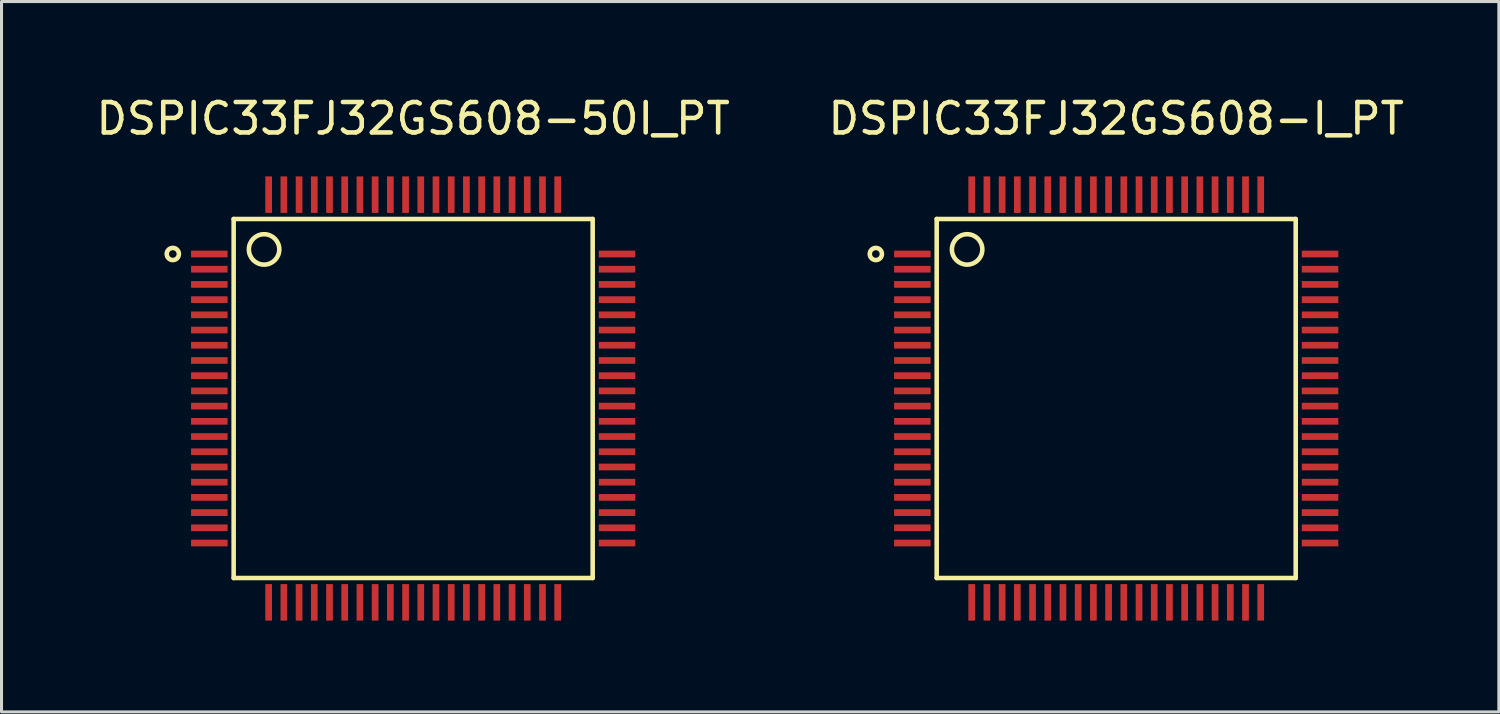
<source format=kicad_pcb>
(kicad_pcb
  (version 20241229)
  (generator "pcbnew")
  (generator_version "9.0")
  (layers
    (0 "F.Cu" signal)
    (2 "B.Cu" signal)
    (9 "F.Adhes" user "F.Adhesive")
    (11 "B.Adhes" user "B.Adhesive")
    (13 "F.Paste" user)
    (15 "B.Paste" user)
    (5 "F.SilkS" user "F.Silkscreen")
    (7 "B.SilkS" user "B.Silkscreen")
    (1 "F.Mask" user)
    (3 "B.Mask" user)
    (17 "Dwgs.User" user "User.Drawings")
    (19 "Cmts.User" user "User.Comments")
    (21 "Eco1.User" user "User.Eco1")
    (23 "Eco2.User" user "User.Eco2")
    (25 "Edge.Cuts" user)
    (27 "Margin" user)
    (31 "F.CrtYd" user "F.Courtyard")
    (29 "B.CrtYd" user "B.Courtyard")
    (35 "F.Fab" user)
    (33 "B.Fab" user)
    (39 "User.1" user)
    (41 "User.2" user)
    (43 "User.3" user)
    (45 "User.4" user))
  (footprint "DSPIC33FJ32GS608-I_PT"
    (layer "F.Cu")
    (at 26.937 3.348)
    (property "Reference" "DSPIC33FJ32GS608-I_PT" (at 6.7 -2.5 0) (layer "F.SilkS") (effects (font (size 1 1) (thickness 0.15))))
    (attr through_hole)
    (fp_line (start 0.8 0.8) (end 0.8 12.6) (stroke (width 0.15) (type solid)) (layer "F.SilkS"))
    (fp_line (start 0.8 0.8) (end 12.6 0.8) (stroke (width 0.15) (type solid)) (layer "F.SilkS"))
    (fp_line (start 0.8 12.6) (end 12.6 12.6) (stroke (width 0.15) (type solid)) (layer "F.SilkS"))
    (fp_line (start 12.6 12.6) (end 12.6 0.8) (stroke (width 0.15) (type solid)) (layer "F.SilkS"))
    (fp_circle (center -1.2 1.95) (end -1.2 1.75) (stroke (width 0.15) (type solid)) (fill no) (layer "F.SilkS"))
    (fp_circle (center 1.8 1.8) (end 1.8 1.3) (stroke (width 0.15) (type solid)) (fill no) (layer "F.SilkS"))
    (pad "1" smd rect (at 0 1.95) (size 1.2 0.22) (layers "F.Cu" "F.Mask" "F.Paste"))
    (pad "2" smd rect (at 0 2.45) (size 1.2 0.22) (layers "F.Cu" "F.Mask" "F.Paste"))
    (pad "3" smd rect (at 0 2.95) (size 1.2 0.22) (layers "F.Cu" "F.Mask" "F.Paste"))
    (pad "4" smd rect (at 0 3.45) (size 1.2 0.22) (layers "F.Cu" "F.Mask" "F.Paste"))
    (pad "5" smd rect (at 0 3.95) (size 1.2 0.22) (layers "F.Cu" "F.Mask" "F.Paste"))
    (pad "6" smd rect (at 0 4.45) (size 1.2 0.22) (layers "F.Cu" "F.Mask" "F.Paste"))
    (pad "7" smd rect (at 0 4.95) (size 1.2 0.22) (layers "F.Cu" "F.Mask" "F.Paste"))
    (pad "8" smd rect (at 0 5.45) (size 1.2 0.22) (layers "F.Cu" "F.Mask" "F.Paste"))
    (pad "9" smd rect (at 0 5.95) (size 1.2 0.22) (layers "F.Cu" "F.Mask" "F.Paste"))
    (pad "10" smd rect (at 0 6.45) (size 1.2 0.22) (layers "F.Cu" "F.Mask" "F.Paste"))
    (pad "11" smd rect (at 0 6.95) (size 1.2 0.22) (layers "F.Cu" "F.Mask" "F.Paste"))
    (pad "12" smd rect (at 0 7.45) (size 1.2 0.22) (layers "F.Cu" "F.Mask" "F.Paste"))
    (pad "13" smd rect (at 0 7.95) (size 1.2 0.22) (layers "F.Cu" "F.Mask" "F.Paste"))
    (pad "14" smd rect (at 0 8.45) (size 1.2 0.22) (layers "F.Cu" "F.Mask" "F.Paste"))
    (pad "15" smd rect (at 0 8.95) (size 1.2 0.22) (layers "F.Cu" "F.Mask" "F.Paste"))
    (pad "16" smd rect (at 0 9.45) (size 1.2 0.22) (layers "F.Cu" "F.Mask" "F.Paste"))
    (pad "17" smd rect (at 0 9.95) (size 1.2 0.22) (layers "F.Cu" "F.Mask" "F.Paste"))
    (pad "18" smd rect (at 0 10.45) (size 1.2 0.22) (layers "F.Cu" "F.Mask" "F.Paste"))
    (pad "19" smd rect (at 0 10.95) (size 1.2 0.22) (layers "F.Cu" "F.Mask" "F.Paste"))
    (pad "20" smd rect (at 0 11.45) (size 1.2 0.22) (layers "F.Cu" "F.Mask" "F.Paste"))
    (pad "21" smd rect (at 1.95 13.4) (size 0.22 1.2) (layers "F.Cu" "F.Mask" "F.Paste"))
    (pad "22" smd rect (at 2.45 13.4) (size 0.22 1.2) (layers "F.Cu" "F.Mask" "F.Paste"))
    (pad "23" smd rect (at 2.95 13.4) (size 0.22 1.2) (layers "F.Cu" "F.Mask" "F.Paste"))
    (pad "24" smd rect (at 3.45 13.4) (size 0.22 1.2) (layers "F.Cu" "F.Mask" "F.Paste"))
    (pad "25" smd rect (at 3.95 13.4) (size 0.22 1.2) (layers "F.Cu" "F.Mask" "F.Paste"))
    (pad "26" smd rect (at 4.45 13.4) (size 0.22 1.2) (layers "F.Cu" "F.Mask" "F.Paste"))
    (pad "27" smd rect (at 4.95 13.4) (size 0.22 1.2) (layers "F.Cu" "F.Mask" "F.Paste"))
    (pad "28" smd rect (at 5.45 13.4) (size 0.22 1.2) (layers "F.Cu" "F.Mask" "F.Paste"))
    (pad "29" smd rect (at 5.95 13.4) (size 0.22 1.2) (layers "F.Cu" "F.Mask" "F.Paste"))
    (pad "30" smd rect (at 6.45 13.4) (size 0.22 1.2) (layers "F.Cu" "F.Mask" "F.Paste"))
    (pad "31" smd rect (at 6.95 13.4) (size 0.22 1.2) (layers "F.Cu" "F.Mask" "F.Paste"))
    (pad "32" smd rect (at 7.45 13.4) (size 0.22 1.2) (layers "F.Cu" "F.Mask" "F.Paste"))
    (pad "33" smd rect (at 7.95 13.4) (size 0.22 1.2) (layers "F.Cu" "F.Mask" "F.Paste"))
    (pad "34" smd rect (at 8.45 13.4) (size 0.22 1.2) (layers "F.Cu" "F.Mask" "F.Paste"))
    (pad "35" smd rect (at 8.95 13.4) (size 0.22 1.2) (layers "F.Cu" "F.Mask" "F.Paste"))
    (pad "36" smd rect (at 9.45 13.4) (size 0.22 1.2) (layers "F.Cu" "F.Mask" "F.Paste"))
    (pad "37" smd rect (at 9.95 13.4) (size 0.22 1.2) (layers "F.Cu" "F.Mask" "F.Paste"))
    (pad "38" smd rect (at 10.45 13.4) (size 0.22 1.2) (layers "F.Cu" "F.Mask" "F.Paste"))
    (pad "39" smd rect (at 10.95 13.4) (size 0.22 1.2) (layers "F.Cu" "F.Mask" "F.Paste"))
    (pad "40" smd rect (at 11.45 13.4) (size 0.22 1.2) (layers "F.Cu" "F.Mask" "F.Paste"))
    (pad "41" smd rect (at 13.4 11.45) (size 1.2 0.22) (layers "F.Cu" "F.Mask" "F.Paste"))
    (pad "42" smd rect (at 13.4 10.95) (size 1.2 0.22) (layers "F.Cu" "F.Mask" "F.Paste"))
    (pad "43" smd rect (at 13.4 10.45) (size 1.2 0.22) (layers "F.Cu" "F.Mask" "F.Paste"))
    (pad "44" smd rect (at 13.4 9.95) (size 1.2 0.22) (layers "F.Cu" "F.Mask" "F.Paste"))
    (pad "45" smd rect (at 13.4 9.45) (size 1.2 0.22) (layers "F.Cu" "F.Mask" "F.Paste"))
    (pad "46" smd rect (at 13.4 8.95) (size 1.2 0.22) (layers "F.Cu" "F.Mask" "F.Paste"))
    (pad "47" smd rect (at 13.4 8.45) (size 1.2 0.22) (layers "F.Cu" "F.Mask" "F.Paste"))
    (pad "48" smd rect (at 13.4 7.95) (size 1.2 0.22) (layers "F.Cu" "F.Mask" "F.Paste"))
    (pad "49" smd rect (at 13.4 7.45) (size 1.2 0.22) (layers "F.Cu" "F.Mask" "F.Paste"))
    (pad "50" smd rect (at 13.4 6.95) (size 1.2 0.22) (layers "F.Cu" "F.Mask" "F.Paste"))
    (pad "51" smd rect (at 13.4 6.45) (size 1.2 0.22) (layers "F.Cu" "F.Mask" "F.Paste"))
    (pad "52" smd rect (at 13.4 5.95) (size 1.2 0.22) (layers "F.Cu" "F.Mask" "F.Paste"))
    (pad "53" smd rect (at 13.4 5.45) (size 1.2 0.22) (layers "F.Cu" "F.Mask" "F.Paste"))
    (pad "54" smd rect (at 13.4 4.95) (size 1.2 0.22) (layers "F.Cu" "F.Mask" "F.Paste"))
    (pad "55" smd rect (at 13.4 4.45) (size 1.2 0.22) (layers "F.Cu" "F.Mask" "F.Paste"))
    (pad "56" smd rect (at 13.4 3.95) (size 1.2 0.22) (layers "F.Cu" "F.Mask" "F.Paste"))
    (pad "57" smd rect (at 13.4 3.45) (size 1.2 0.22) (layers "F.Cu" "F.Mask" "F.Paste"))
    (pad "58" smd rect (at 13.4 2.95) (size 1.2 0.22) (layers "F.Cu" "F.Mask" "F.Paste"))
    (pad "59" smd rect (at 13.4 2.45) (size 1.2 0.22) (layers "F.Cu" "F.Mask" "F.Paste"))
    (pad "60" smd rect (at 13.4 1.95) (size 1.2 0.22) (layers "F.Cu" "F.Mask" "F.Paste"))
    (pad "61" smd rect (at 11.45 0) (size 0.22 1.2) (layers "F.Cu" "F.Mask" "F.Paste"))
    (pad "62" smd rect (at 10.95 0) (size 0.22 1.2) (layers "F.Cu" "F.Mask" "F.Paste"))
    (pad "63" smd rect (at 10.45 0) (size 0.22 1.2) (layers "F.Cu" "F.Mask" "F.Paste"))
    (pad "64" smd rect (at 9.95 0) (size 0.22 1.2) (layers "F.Cu" "F.Mask" "F.Paste"))
    (pad "65" smd rect (at 9.45 0) (size 0.22 1.2) (layers "F.Cu" "F.Mask" "F.Paste"))
    (pad "66" smd rect (at 8.95 0) (size 0.22 1.2) (layers "F.Cu" "F.Mask" "F.Paste"))
    (pad "67" smd rect (at 8.45 0) (size 0.22 1.2) (layers "F.Cu" "F.Mask" "F.Paste"))
    (pad "68" smd rect (at 7.95 0) (size 0.22 1.2) (layers "F.Cu" "F.Mask" "F.Paste"))
    (pad "69" smd rect (at 7.45 0) (size 0.22 1.2) (layers "F.Cu" "F.Mask" "F.Paste"))
    (pad "70" smd rect (at 6.95 0) (size 0.22 1.2) (layers "F.Cu" "F.Mask" "F.Paste"))
    (pad "71" smd rect (at 6.45 0) (size 0.22 1.2) (layers "F.Cu" "F.Mask" "F.Paste"))
    (pad "72" smd rect (at 5.95 0) (size 0.22 1.2) (layers "F.Cu" "F.Mask" "F.Paste"))
    (pad "73" smd rect (at 5.45 0) (size 0.22 1.2) (layers "F.Cu" "F.Mask" "F.Paste"))
    (pad "74" smd rect (at 4.95 0) (size 0.22 1.2) (layers "F.Cu" "F.Mask" "F.Paste"))
    (pad "75" smd rect (at 4.45 0) (size 0.22 1.2) (layers "F.Cu" "F.Mask" "F.Paste"))
    (pad "76" smd rect (at 3.95 0) (size 0.22 1.2) (layers "F.Cu" "F.Mask" "F.Paste"))
    (pad "77" smd rect (at 3.45 0) (size 0.22 1.2) (layers "F.Cu" "F.Mask" "F.Paste"))
    (pad "78" smd rect (at 2.95 0) (size 0.22 1.2) (layers "F.Cu" "F.Mask" "F.Paste"))
    (pad "79" smd rect (at 2.45 0) (size 0.22 1.2) (layers "F.Cu" "F.Mask" "F.Paste"))
    (pad "80" smd rect (at 1.95 0) (size 0.22 1.2) (layers "F.Cu" "F.Mask" "F.Paste")))
  (footprint "DSPIC33FJ32GS608-50I_PT"
    (layer "F.Cu")
    (at 3.83 3.348)
    (property "Reference" "DSPIC33FJ32GS608-50I_PT" (at 6.7 -2.5 0) (layer "F.SilkS") (effects (font (size 1 1) (thickness 0.15))))
    (attr through_hole)
    (fp_line (start 0.8 0.8) (end 0.8 12.6) (stroke (width 0.15) (type solid)) (layer "F.SilkS"))
    (fp_line (start 0.8 0.8) (end 12.6 0.8) (stroke (width 0.15) (type solid)) (layer "F.SilkS"))
    (fp_line (start 0.8 12.6) (end 12.6 12.6) (stroke (width 0.15) (type solid)) (layer "F.SilkS"))
    (fp_line (start 12.6 12.6) (end 12.6 0.8) (stroke (width 0.15) (type solid)) (layer "F.SilkS"))
    (fp_circle (center -1.2 1.95) (end -1.2 1.75) (stroke (width 0.15) (type solid)) (fill no) (layer "F.SilkS"))
    (fp_circle (center 1.8 1.8) (end 1.8 1.3) (stroke (width 0.15) (type solid)) (fill no) (layer "F.SilkS"))
    (pad "1" smd rect (at 0 1.95) (size 1.2 0.22) (layers "F.Cu" "F.Mask" "F.Paste"))
    (pad "2" smd rect (at 0 2.45) (size 1.2 0.22) (layers "F.Cu" "F.Mask" "F.Paste"))
    (pad "3" smd rect (at 0 2.95) (size 1.2 0.22) (layers "F.Cu" "F.Mask" "F.Paste"))
    (pad "4" smd rect (at 0 3.45) (size 1.2 0.22) (layers "F.Cu" "F.Mask" "F.Paste"))
    (pad "5" smd rect (at 0 3.95) (size 1.2 0.22) (layers "F.Cu" "F.Mask" "F.Paste"))
    (pad "6" smd rect (at 0 4.45) (size 1.2 0.22) (layers "F.Cu" "F.Mask" "F.Paste"))
    (pad "7" smd rect (at 0 4.95) (size 1.2 0.22) (layers "F.Cu" "F.Mask" "F.Paste"))
    (pad "8" smd rect (at 0 5.45) (size 1.2 0.22) (layers "F.Cu" "F.Mask" "F.Paste"))
    (pad "9" smd rect (at 0 5.95) (size 1.2 0.22) (layers "F.Cu" "F.Mask" "F.Paste"))
    (pad "10" smd rect (at 0 6.45) (size 1.2 0.22) (layers "F.Cu" "F.Mask" "F.Paste"))
    (pad "11" smd rect (at 0 6.95) (size 1.2 0.22) (layers "F.Cu" "F.Mask" "F.Paste"))
    (pad "12" smd rect (at 0 7.45) (size 1.2 0.22) (layers "F.Cu" "F.Mask" "F.Paste"))
    (pad "13" smd rect (at 0 7.95) (size 1.2 0.22) (layers "F.Cu" "F.Mask" "F.Paste"))
    (pad "14" smd rect (at 0 8.45) (size 1.2 0.22) (layers "F.Cu" "F.Mask" "F.Paste"))
    (pad "15" smd rect (at 0 8.95) (size 1.2 0.22) (layers "F.Cu" "F.Mask" "F.Paste"))
    (pad "16" smd rect (at 0 9.45) (size 1.2 0.22) (layers "F.Cu" "F.Mask" "F.Paste"))
    (pad "17" smd rect (at 0 9.95) (size 1.2 0.22) (layers "F.Cu" "F.Mask" "F.Paste"))
    (pad "18" smd rect (at 0 10.45) (size 1.2 0.22) (layers "F.Cu" "F.Mask" "F.Paste"))
    (pad "19" smd rect (at 0 10.95) (size 1.2 0.22) (layers "F.Cu" "F.Mask" "F.Paste"))
    (pad "20" smd rect (at 0 11.45) (size 1.2 0.22) (layers "F.Cu" "F.Mask" "F.Paste"))
    (pad "21" smd rect (at 1.95 13.4) (size 0.22 1.2) (layers "F.Cu" "F.Mask" "F.Paste"))
    (pad "22" smd rect (at 2.45 13.4) (size 0.22 1.2) (layers "F.Cu" "F.Mask" "F.Paste"))
    (pad "23" smd rect (at 2.95 13.4) (size 0.22 1.2) (layers "F.Cu" "F.Mask" "F.Paste"))
    (pad "24" smd rect (at 3.45 13.4) (size 0.22 1.2) (layers "F.Cu" "F.Mask" "F.Paste"))
    (pad "25" smd rect (at 3.95 13.4) (size 0.22 1.2) (layers "F.Cu" "F.Mask" "F.Paste"))
    (pad "26" smd rect (at 4.45 13.4) (size 0.22 1.2) (layers "F.Cu" "F.Mask" "F.Paste"))
    (pad "27" smd rect (at 4.95 13.4) (size 0.22 1.2) (layers "F.Cu" "F.Mask" "F.Paste"))
    (pad "28" smd rect (at 5.45 13.4) (size 0.22 1.2) (layers "F.Cu" "F.Mask" "F.Paste"))
    (pad "29" smd rect (at 5.95 13.4) (size 0.22 1.2) (layers "F.Cu" "F.Mask" "F.Paste"))
    (pad "30" smd rect (at 6.45 13.4) (size 0.22 1.2) (layers "F.Cu" "F.Mask" "F.Paste"))
    (pad "31" smd rect (at 6.95 13.4) (size 0.22 1.2) (layers "F.Cu" "F.Mask" "F.Paste"))
    (pad "32" smd rect (at 7.45 13.4) (size 0.22 1.2) (layers "F.Cu" "F.Mask" "F.Paste"))
    (pad "33" smd rect (at 7.95 13.4) (size 0.22 1.2) (layers "F.Cu" "F.Mask" "F.Paste"))
    (pad "34" smd rect (at 8.45 13.4) (size 0.22 1.2) (layers "F.Cu" "F.Mask" "F.Paste"))
    (pad "35" smd rect (at 8.95 13.4) (size 0.22 1.2) (layers "F.Cu" "F.Mask" "F.Paste"))
    (pad "36" smd rect (at 9.45 13.4) (size 0.22 1.2) (layers "F.Cu" "F.Mask" "F.Paste"))
    (pad "37" smd rect (at 9.95 13.4) (size 0.22 1.2) (layers "F.Cu" "F.Mask" "F.Paste"))
    (pad "38" smd rect (at 10.45 13.4) (size 0.22 1.2) (layers "F.Cu" "F.Mask" "F.Paste"))
    (pad "39" smd rect (at 10.95 13.4) (size 0.22 1.2) (layers "F.Cu" "F.Mask" "F.Paste"))
    (pad "40" smd rect (at 11.45 13.4) (size 0.22 1.2) (layers "F.Cu" "F.Mask" "F.Paste"))
    (pad "41" smd rect (at 13.4 11.45) (size 1.2 0.22) (layers "F.Cu" "F.Mask" "F.Paste"))
    (pad "42" smd rect (at 13.4 10.95) (size 1.2 0.22) (layers "F.Cu" "F.Mask" "F.Paste"))
    (pad "43" smd rect (at 13.4 10.45) (size 1.2 0.22) (layers "F.Cu" "F.Mask" "F.Paste"))
    (pad "44" smd rect (at 13.4 9.95) (size 1.2 0.22) (layers "F.Cu" "F.Mask" "F.Paste"))
    (pad "45" smd rect (at 13.4 9.45) (size 1.2 0.22) (layers "F.Cu" "F.Mask" "F.Paste"))
    (pad "46" smd rect (at 13.4 8.95) (size 1.2 0.22) (layers "F.Cu" "F.Mask" "F.Paste"))
    (pad "47" smd rect (at 13.4 8.45) (size 1.2 0.22) (layers "F.Cu" "F.Mask" "F.Paste"))
    (pad "48" smd rect (at 13.4 7.95) (size 1.2 0.22) (layers "F.Cu" "F.Mask" "F.Paste"))
    (pad "49" smd rect (at 13.4 7.45) (size 1.2 0.22) (layers "F.Cu" "F.Mask" "F.Paste"))
    (pad "50" smd rect (at 13.4 6.95) (size 1.2 0.22) (layers "F.Cu" "F.Mask" "F.Paste"))
    (pad "51" smd rect (at 13.4 6.45) (size 1.2 0.22) (layers "F.Cu" "F.Mask" "F.Paste"))
    (pad "52" smd rect (at 13.4 5.95) (size 1.2 0.22) (layers "F.Cu" "F.Mask" "F.Paste"))
    (pad "53" smd rect (at 13.4 5.45) (size 1.2 0.22) (layers "F.Cu" "F.Mask" "F.Paste"))
    (pad "54" smd rect (at 13.4 4.95) (size 1.2 0.22) (layers "F.Cu" "F.Mask" "F.Paste"))
    (pad "55" smd rect (at 13.4 4.45) (size 1.2 0.22) (layers "F.Cu" "F.Mask" "F.Paste"))
    (pad "56" smd rect (at 13.4 3.95) (size 1.2 0.22) (layers "F.Cu" "F.Mask" "F.Paste"))
    (pad "57" smd rect (at 13.4 3.45) (size 1.2 0.22) (layers "F.Cu" "F.Mask" "F.Paste"))
    (pad "58" smd rect (at 13.4 2.95) (size 1.2 0.22) (layers "F.Cu" "F.Mask" "F.Paste"))
    (pad "59" smd rect (at 13.4 2.45) (size 1.2 0.22) (layers "F.Cu" "F.Mask" "F.Paste"))
    (pad "60" smd rect (at 13.4 1.95) (size 1.2 0.22) (layers "F.Cu" "F.Mask" "F.Paste"))
    (pad "61" smd rect (at 11.45 0) (size 0.22 1.2) (layers "F.Cu" "F.Mask" "F.Paste"))
    (pad "62" smd rect (at 10.95 0) (size 0.22 1.2) (layers "F.Cu" "F.Mask" "F.Paste"))
    (pad "63" smd rect (at 10.45 0) (size 0.22 1.2) (layers "F.Cu" "F.Mask" "F.Paste"))
    (pad "64" smd rect (at 9.95 0) (size 0.22 1.2) (layers "F.Cu" "F.Mask" "F.Paste"))
    (pad "65" smd rect (at 9.45 0) (size 0.22 1.2) (layers "F.Cu" "F.Mask" "F.Paste"))
    (pad "66" smd rect (at 8.95 0) (size 0.22 1.2) (layers "F.Cu" "F.Mask" "F.Paste"))
    (pad "67" smd rect (at 8.45 0) (size 0.22 1.2) (layers "F.Cu" "F.Mask" "F.Paste"))
    (pad "68" smd rect (at 7.95 0) (size 0.22 1.2) (layers "F.Cu" "F.Mask" "F.Paste"))
    (pad "69" smd rect (at 7.45 0) (size 0.22 1.2) (layers "F.Cu" "F.Mask" "F.Paste"))
    (pad "70" smd rect (at 6.95 0) (size 0.22 1.2) (layers "F.Cu" "F.Mask" "F.Paste"))
    (pad "71" smd rect (at 6.45 0) (size 0.22 1.2) (layers "F.Cu" "F.Mask" "F.Paste"))
    (pad "72" smd rect (at 5.95 0) (size 0.22 1.2) (layers "F.Cu" "F.Mask" "F.Paste"))
    (pad "73" smd rect (at 5.45 0) (size 0.22 1.2) (layers "F.Cu" "F.Mask" "F.Paste"))
    (pad "74" smd rect (at 4.95 0) (size 0.22 1.2) (layers "F.Cu" "F.Mask" "F.Paste"))
    (pad "75" smd rect (at 4.45 0) (size 0.22 1.2) (layers "F.Cu" "F.Mask" "F.Paste"))
    (pad "76" smd rect (at 3.95 0) (size 0.22 1.2) (layers "F.Cu" "F.Mask" "F.Paste"))
    (pad "77" smd rect (at 3.45 0) (size 0.22 1.2) (layers "F.Cu" "F.Mask" "F.Paste"))
    (pad "78" smd rect (at 2.95 0) (size 0.22 1.2) (layers "F.Cu" "F.Mask" "F.Paste"))
    (pad "79" smd rect (at 2.45 0) (size 0.22 1.2) (layers "F.Cu" "F.Mask" "F.Paste"))
    (pad "80" smd rect (at 1.95 0) (size 0.22 1.2) (layers "F.Cu" "F.Mask" "F.Paste")))
  (gr_rect
    (start -3 -3)
    (end 46.214 20.348)
    (stroke (width 0.1) (type default))
    (fill no)
    (layer "Edge.Cuts")))
</source>
